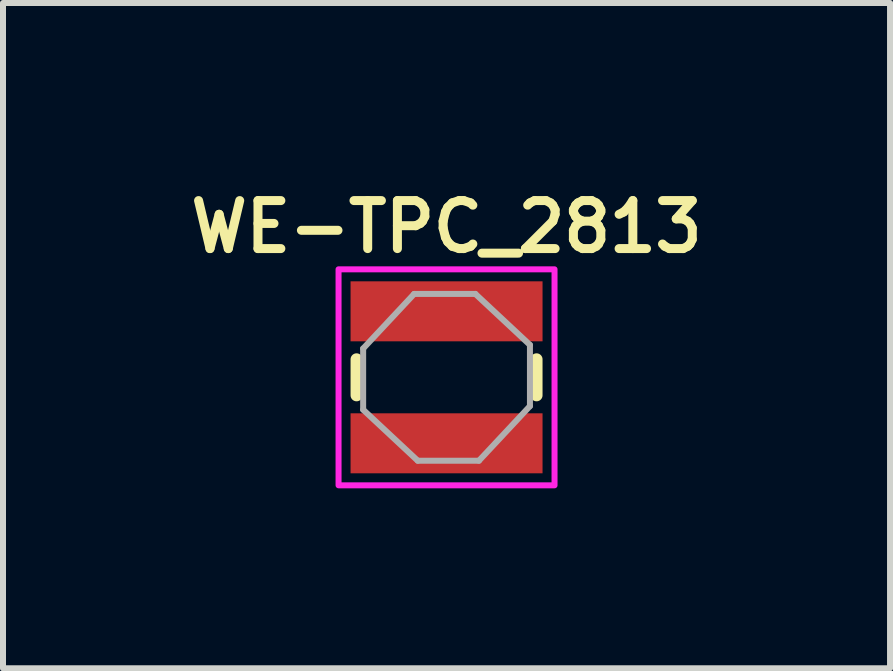
<source format=kicad_pcb>
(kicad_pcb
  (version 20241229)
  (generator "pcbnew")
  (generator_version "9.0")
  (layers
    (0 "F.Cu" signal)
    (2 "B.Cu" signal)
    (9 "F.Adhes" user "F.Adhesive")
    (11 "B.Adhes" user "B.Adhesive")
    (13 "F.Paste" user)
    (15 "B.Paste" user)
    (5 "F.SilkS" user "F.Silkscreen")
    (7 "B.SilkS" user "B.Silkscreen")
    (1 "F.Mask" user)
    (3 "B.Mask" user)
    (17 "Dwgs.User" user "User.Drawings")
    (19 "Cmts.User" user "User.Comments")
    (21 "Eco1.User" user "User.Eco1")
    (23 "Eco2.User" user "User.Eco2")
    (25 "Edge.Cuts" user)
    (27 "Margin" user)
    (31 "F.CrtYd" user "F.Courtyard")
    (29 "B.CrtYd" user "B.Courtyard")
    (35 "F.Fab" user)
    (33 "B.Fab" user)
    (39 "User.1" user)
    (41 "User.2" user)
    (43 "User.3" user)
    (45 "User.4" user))
  (footprint "WE-TPC_2813"
    (layer "F.Cu")
    (at 4.393 3.239)
    (property "Reference" "WE-TPC_2813" (at 0 -2.508 0) (layer "F.SilkS") (effects (font (size 0.8 0.8) (thickness 0.15))))
    (attr smd)
    (fp_line (start -1.5 -0.3) (end -1.5 0.3) (stroke (width 0.2) (type solid)) (layer "F.SilkS"))
    (fp_line (start 1.5 -0.3) (end 1.5 0.3) (stroke (width 0.2) (type solid)) (layer "F.SilkS"))
    (fp_poly (pts (xy 1.8 -1.8) (xy 1.8 1.8) (xy -1.8 1.8) (xy -1.8 -1.8)) (stroke (width 0.1) (type solid)) (fill no) (layer "F.CrtYd"))
    (fp_line (start -1.39 0.54) (end -1.39 -0.48) (stroke (width 0.1) (type solid)) (layer "F.Fab"))
    (fp_line (start -0.54 -1.39) (end -1.39 -0.48) (stroke (width 0.1) (type solid)) (layer "F.Fab"))
    (fp_line (start -0.54 -1.39) (end 0.48 -1.39) (stroke (width 0.1) (type solid)) (layer "F.Fab"))
    (fp_line (start -0.48 1.39) (end -1.39 0.54) (stroke (width 0.1) (type solid)) (layer "F.Fab"))
    (fp_line (start 0.54 1.39) (end -0.48 1.39) (stroke (width 0.1) (type solid)) (layer "F.Fab"))
    (fp_line (start 1.39 -0.54) (end 0.48 -1.39) (stroke (width 0.1) (type solid)) (layer "F.Fab"))
    (fp_line (start 1.39 -0.54) (end 1.39 0.48) (stroke (width 0.1) (type solid)) (layer "F.Fab"))
    (fp_line (start 1.39 0.48) (end 0.54 1.39) (stroke (width 0.1) (type solid)) (layer "F.Fab"))
    (pad "1" smd rect (at 0 -1.1) (size 3.2 1) (layers "F.Cu" "F.Mask" "F.Paste"))
    (pad "2" smd rect (at 0 1.1) (size 3.2 1) (layers "F.Cu" "F.Mask" "F.Paste")))
  (gr_rect
    (start -3 -3)
    (end 11.785 8.089)
    (stroke (width 0.1) (type default))
    (fill no)
    (layer "Edge.Cuts")))
</source>
